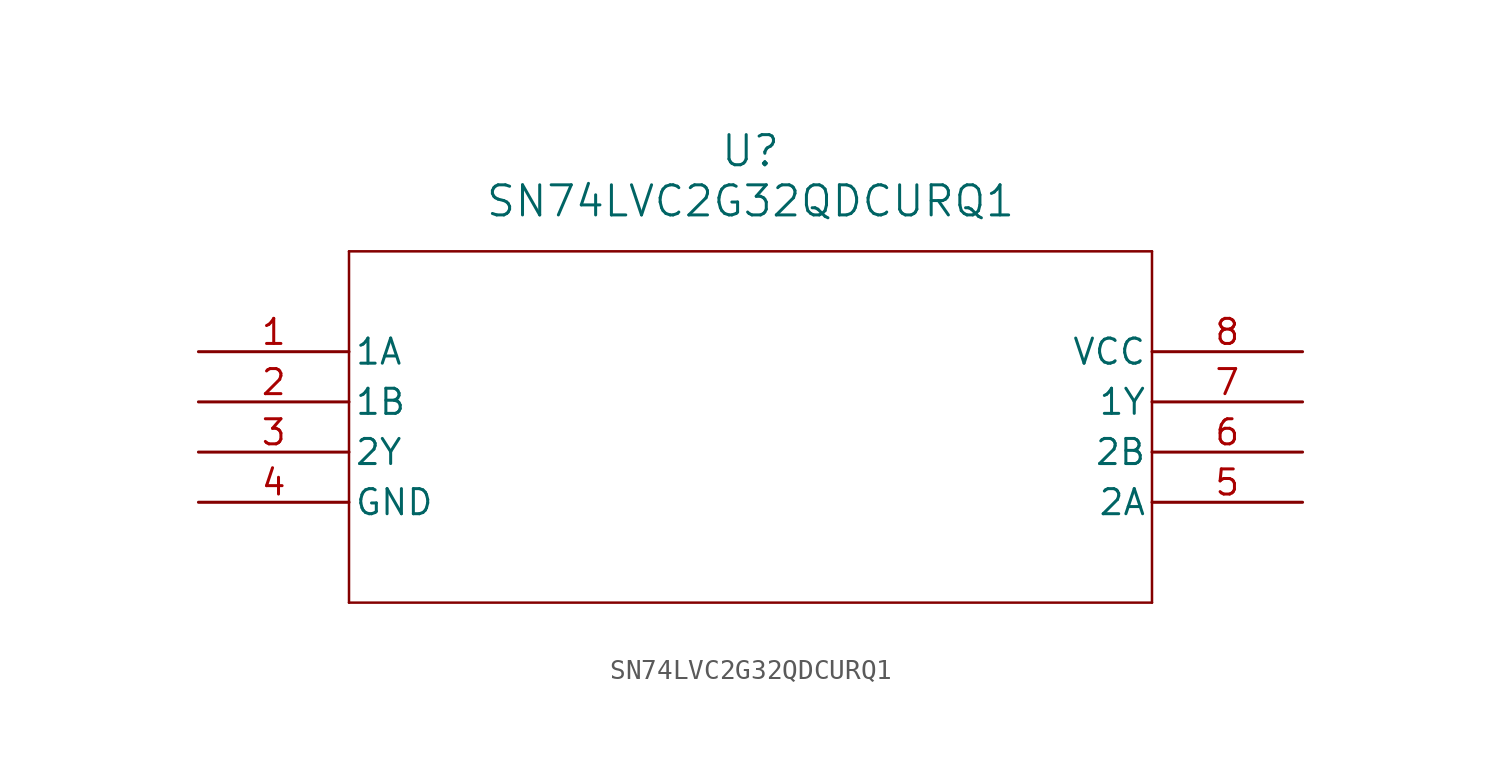
<source format=kicad_sym>
(kicad_symbol_lib
  (version 20211014)
  (generator kicad_symbol_editor)
  (symbol "SN74LVC2G32QDCURQ1"
    (pin_names
      (offset 0.254))
    (property "Reference" "U"
      (at 27.94 10.16 0)
      (effects (font (size 1.524 1.524))))
    (property "Value" "SN74LVC2G32QDCURQ1"
      (at 27.94 7.62 0)
      (effects (font (size 1.524 1.524))))
    (polyline
      (pts (xy 7.62 5.08) (xy 7.62 -12.7))
      (stroke (width 0.127) (type default) (color 0 0 0 0))
      (fill (type none)))
    (polyline
      (pts (xy 7.62 -12.7) (xy 48.26 -12.7))
      (stroke (width 0.127) (type default) (color 0 0 0 0))
      (fill (type none)))
    (polyline
      (pts (xy 48.26 -12.7) (xy 48.26 5.08))
      (stroke (width 0.127) (type default) (color 0 0 0 0))
      (fill (type none)))
    (polyline
      (pts (xy 48.26 5.08) (xy 7.62 5.08))
      (stroke (width 0.127) (type default) (color 0 0 0 0))
      (fill (type none)))
    (pin input line
      (at 0 0 0)
      (length 7.62)
      (name "1A" (effects (font (size 1.27 1.27))))
      (number "1" (effects (font (size 1.27 1.27)))))
    (pin input line
      (at 0 -2.54 0)
      (length 7.62)
      (name "1B" (effects (font (size 1.27 1.27))))
      (number "2" (effects (font (size 1.27 1.27)))))
    (pin output line
      (at 0 -5.08 0)
      (length 7.62)
      (name "2Y" (effects (font (size 1.27 1.27))))
      (number "3" (effects (font (size 1.27 1.27)))))
    (pin power_in line
      (at 0 -7.62 0)
      (length 7.62)
      (name "GND" (effects (font (size 1.27 1.27))))
      (number "4" (effects (font (size 1.27 1.27)))))
    (pin input line
      (at 55.88 -7.62 180)
      (length 7.62)
      (name "2A" (effects (font (size 1.27 1.27))))
      (number "5" (effects (font (size 1.27 1.27)))))
    (pin input line
      (at 55.88 -5.08 180)
      (length 7.62)
      (name "2B" (effects (font (size 1.27 1.27))))
      (number "6" (effects (font (size 1.27 1.27)))))
    (pin output line
      (at 55.88 -2.54 180)
      (length 7.62)
      (name "1Y" (effects (font (size 1.27 1.27))))
      (number "7" (effects (font (size 1.27 1.27)))))
    (pin power_in line
      (at 55.88 0 180)
      (length 7.62)
      (name "VCC" (effects (font (size 1.27 1.27))))
      (number "8" (effects (font (size 1.27 1.27)))))))
</source>
